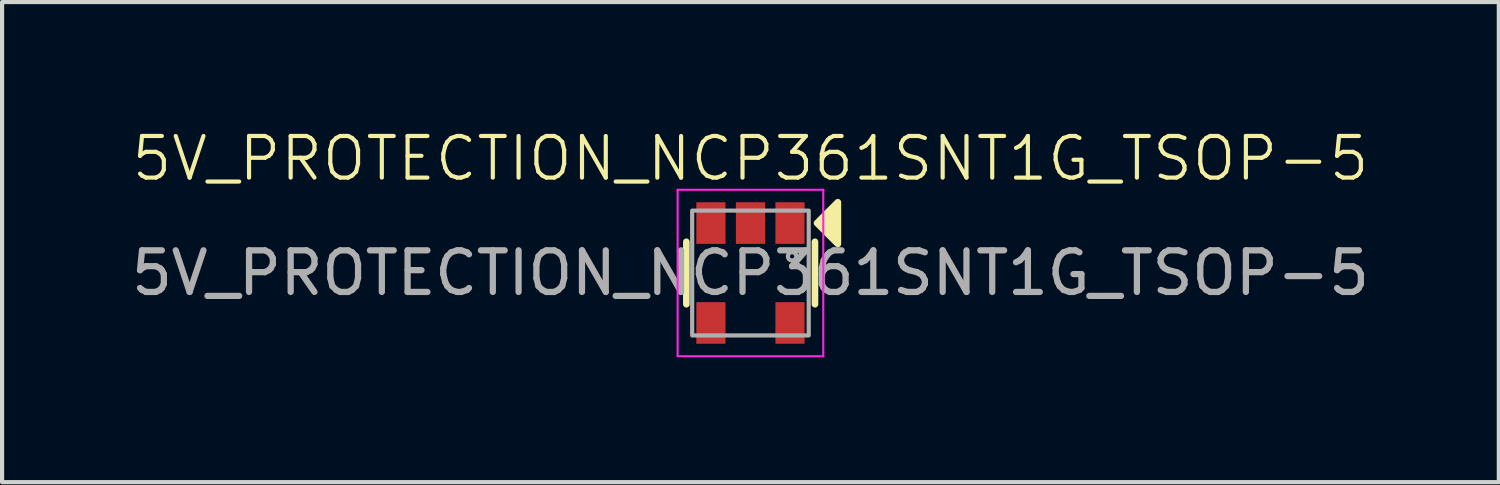
<source format=kicad_pcb>
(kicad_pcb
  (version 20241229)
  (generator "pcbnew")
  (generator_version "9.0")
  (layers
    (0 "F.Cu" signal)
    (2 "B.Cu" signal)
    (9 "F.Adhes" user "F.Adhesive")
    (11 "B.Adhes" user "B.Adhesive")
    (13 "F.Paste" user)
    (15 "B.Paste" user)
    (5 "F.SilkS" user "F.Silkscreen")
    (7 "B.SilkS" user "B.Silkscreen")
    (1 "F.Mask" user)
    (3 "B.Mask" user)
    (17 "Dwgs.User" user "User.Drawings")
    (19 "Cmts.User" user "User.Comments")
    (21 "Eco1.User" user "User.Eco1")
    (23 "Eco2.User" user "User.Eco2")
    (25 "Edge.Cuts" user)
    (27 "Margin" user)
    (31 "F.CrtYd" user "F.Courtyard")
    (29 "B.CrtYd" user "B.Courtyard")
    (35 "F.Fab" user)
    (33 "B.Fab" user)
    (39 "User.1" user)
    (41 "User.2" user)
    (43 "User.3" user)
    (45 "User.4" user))
  (footprint "5V_PROTECTION_NCP361SNT1G_TSOP-5"
    (layer "F.Cu")
    (at 14.982 3.51)
    (property "Reference" "5V_PROTECTION_NCP361SNT1G_TSOP-5" (at 0 -2.75 0) (unlocked yes) (layer "F.SilkS") (effects (font (size 1 1) (thickness 0.1))))
    (attr smd)
    (fp_line (start -1.54 -0.75) (end -1.54 0.75) (stroke (width 0.16) (type default)) (layer "F.SilkS"))
    (fp_line (start 1.55 -0.75) (end 1.55 0.75) (stroke (width 0.16) (type default)) (layer "F.SilkS"))
    (fp_poly (pts (xy 2.1 -0.7) (xy 1.6 -1.2) (xy 2.1 -1.7)) (stroke (width 0.16) (type solid)) (fill yes) (layer "F.SilkS"))
    (fp_line (start -1.75 -2) (end 1.75 -2) (stroke (width 0.05) (type default)) (layer "F.CrtYd"))
    (fp_line (start -1.75 2) (end -1.75 -2) (stroke (width 0.05) (type default)) (layer "F.CrtYd"))
    (fp_line (start 1.75 -2) (end 1.75 2) (stroke (width 0.05) (type default)) (layer "F.CrtYd"))
    (fp_line (start 1.75 2) (end -1.75 2) (stroke (width 0.05) (type default)) (layer "F.CrtYd"))
    (fp_rect (start -1.4 -1.5) (end 1.4 1.5) (stroke (width 0.1) (type default)) (fill no) (layer "F.Fab"))
    (fp_circle (center 1 -0.4) (end 1.1 -0.4) (stroke (width 0.1) (type default)) (fill no) (layer "F.Fab"))
    (fp_text user "${REFERENCE}" (at 0 0 0) (unlocked yes) (layer "F.Fab") (effects (font (size 1 1) (thickness 0.15))))
    (dimension (type aligned) (layer "User.1") (pts (xy 13.682 2.811) (xy 13.682 1.81)) (height -0.1) (format (prefix "") (suffix "") (units 3) (units_format 1) (precision 4)) (style (thickness 0.01) (arrow_length 0.01) (text_position_mode 2) (arrow_direction outward) (extension_height 0) (extension_offset 0) (keep_text_aligned yes)) (gr_text "1.0000 mm" (at 13.582 2.311 90) (layer "User.1") (effects (font (size 0.1 0.1) (thickness 0.15)))))
    (dimension (type aligned) (layer "User.1") (pts (xy 14.032 2.311) (xy 15.932 2.311)) (height -0.55) (format (prefix "") (suffix "") (units 3) (units_format 1) (precision 4)) (style (thickness 0.01) (arrow_length 0.01) (text_position_mode 2) (arrow_direction outward) (extension_height 0) (extension_offset 0) (keep_text_aligned yes)) (gr_text "1.9000 mm" (at 14.982 1.71 0) (layer "User.1") (effects (font (size 0.1 0.1) (thickness 0.15)))))
    (dimension (type aligned) (layer "User.1") (pts (xy 13.682 1.81) (xy 14.382 1.81)) (height -0.1) (format (prefix "") (suffix "") (units 3) (units_format 1) (precision 4)) (style (thickness 0.01) (arrow_length 0.01) (text_position_mode 2) (arrow_direction outward) (extension_height 0) (extension_offset 0) (keep_text_aligned yes)) (gr_text "0.7000 mm" (at 13.982 1.611 0) (layer "User.1") (effects (font (size 0.1 0.1) (thickness 0.15)))))
    (dimension (type aligned) (layer "User.1") (pts (xy 14.032 4.71) (xy 14.032 2.311)) (height -0.75) (format (prefix "") (suffix "") (units 3) (units_format 1) (precision 4)) (style (thickness 0.01) (arrow_length 0.01) (text_position_mode 2) (arrow_direction outward) (extension_height 0) (extension_offset 0) (keep_text_aligned yes)) (gr_text "2.4000 mm" (at 13.262 3.311 90) (layer "User.1") (effects (font (size 0.1 0.1) (thickness 0.15)))))
    (pad "1" smd rect (at 0.95 -1.2) (size 0.7 1) (layers "F.Cu" "F.Mask" "F.Paste"))
    (pad "2" smd rect (at 0 -1.2) (size 0.7 1) (layers "F.Cu" "F.Mask" "F.Paste"))
    (pad "3" smd rect (at -0.95 -1.2) (size 0.7 1) (layers "F.Cu" "F.Mask" "F.Paste"))
    (pad "4" smd rect (at -0.95 1.2) (size 0.7 1) (layers "F.Cu" "F.Mask" "F.Paste"))
    (pad "5" smd rect (at 0.95 1.2) (size 0.7 1) (layers "F.Cu" "F.Mask" "F.Paste")))
  (gr_rect
    (start -3 -3)
    (end 32.964 8.536)
    (stroke (width 0.1) (type default))
    (fill no)
    (layer "Edge.Cuts")))
</source>
